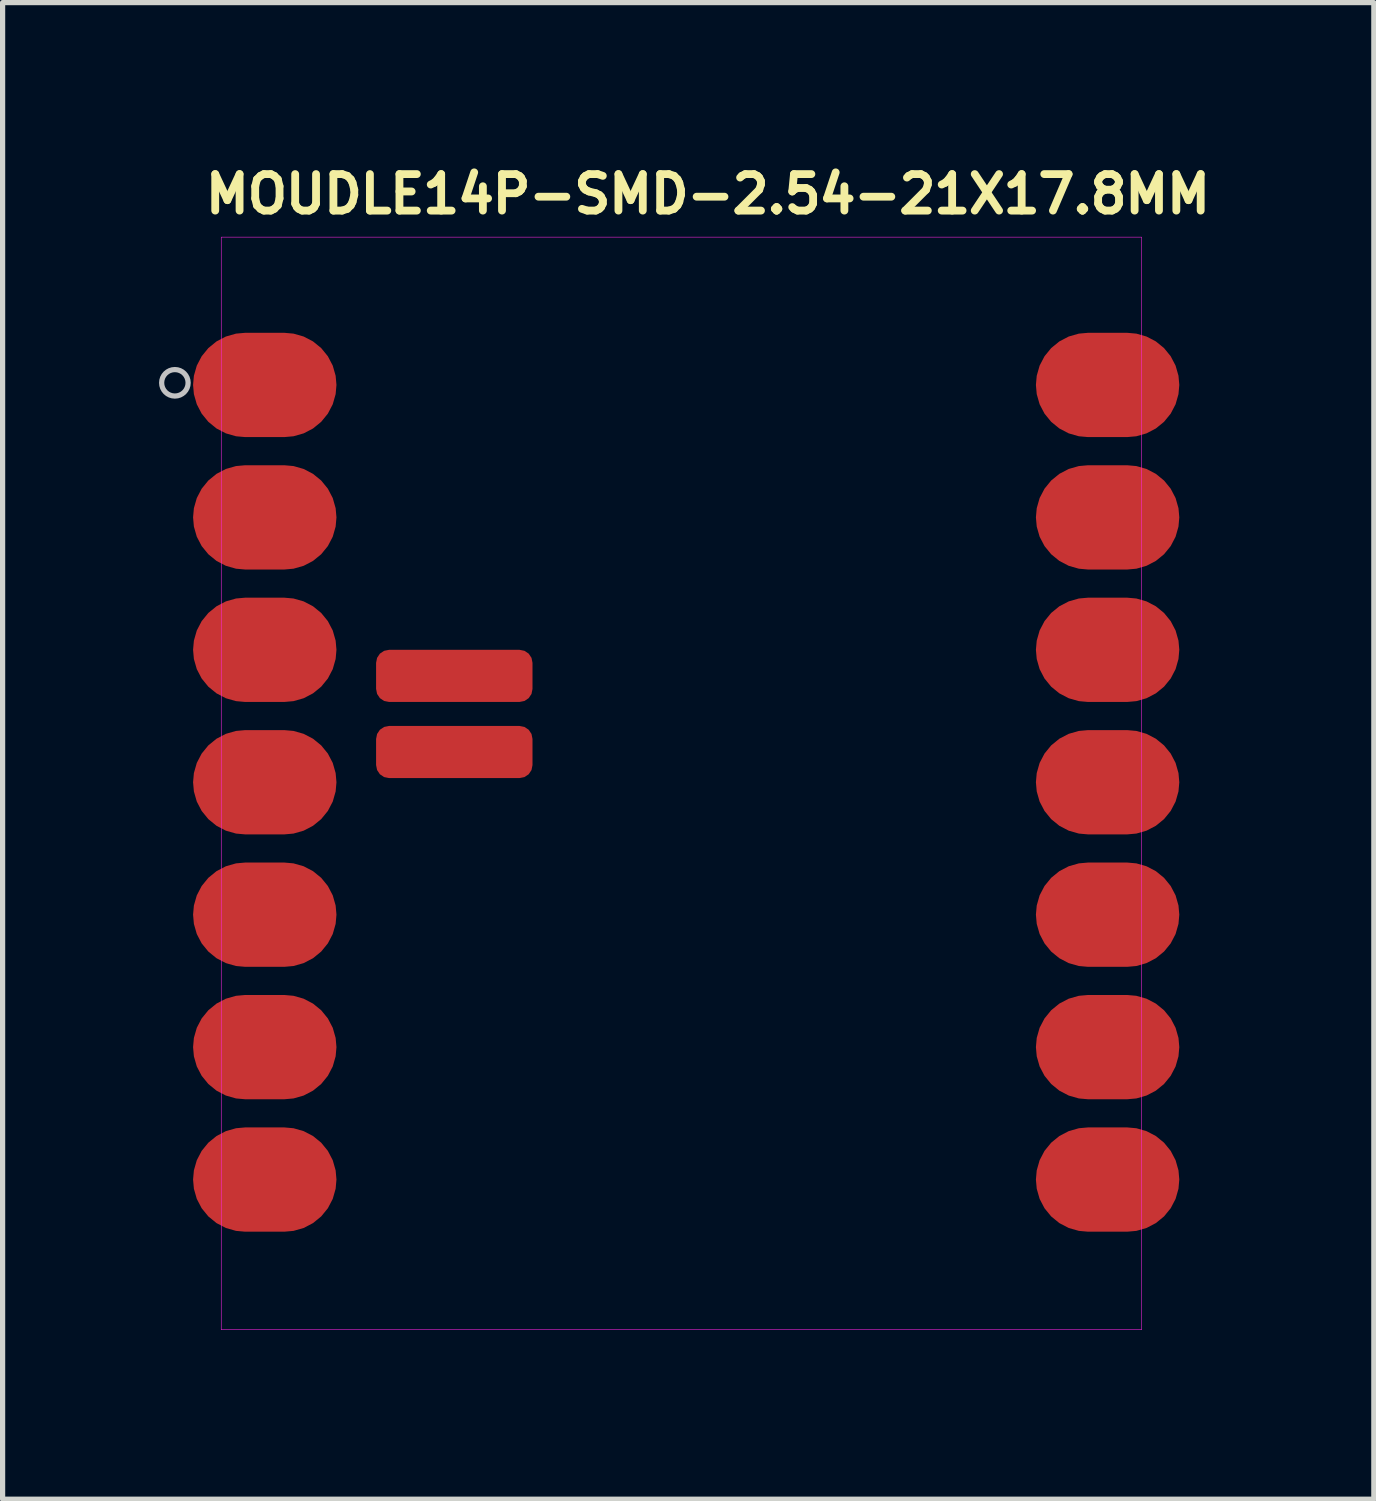
<source format=kicad_pcb>
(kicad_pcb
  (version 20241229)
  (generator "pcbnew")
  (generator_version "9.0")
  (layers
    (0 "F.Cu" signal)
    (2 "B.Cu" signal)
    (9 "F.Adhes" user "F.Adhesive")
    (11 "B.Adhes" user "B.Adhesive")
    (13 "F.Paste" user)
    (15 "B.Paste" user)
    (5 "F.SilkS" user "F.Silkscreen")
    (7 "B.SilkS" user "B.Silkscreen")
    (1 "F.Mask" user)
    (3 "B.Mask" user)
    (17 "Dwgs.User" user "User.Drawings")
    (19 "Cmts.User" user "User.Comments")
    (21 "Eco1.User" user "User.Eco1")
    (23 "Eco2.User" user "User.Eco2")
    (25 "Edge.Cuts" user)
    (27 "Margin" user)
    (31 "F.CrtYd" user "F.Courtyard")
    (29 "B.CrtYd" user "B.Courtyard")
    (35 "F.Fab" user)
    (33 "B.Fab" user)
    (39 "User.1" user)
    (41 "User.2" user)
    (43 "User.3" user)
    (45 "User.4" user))
  (footprint "MOUDLE14P-SMD-2.54-21X17.8MM"
    (layer "F.Cu")
    (at 1.193 22.453)
    (property "Reference" "MOUDLE14P-SMD-2.54-21X17.8MM" (at 9.335 -21.78 0) (layer "F.SilkS") (effects (font (size 0.7 0.7) (thickness 0.15))))
    (attr through_hole)
    (fp_circle (center -0.889 -18.161) (end -0.635 -18.161) (stroke (width 0.1) (type solid)) (fill no) (layer "Dwgs.User"))
    (fp_poly (pts (xy 0 -20.955) (xy 17.653 -20.955) (xy 17.653 0) (xy 0 0)) (stroke (width 0.01) (type solid)) (fill no) (layer "F.CrtYd"))
    (pad "1" smd roundrect (at 0.835 -18.12) (size 2.75 2) (layers "F.Cu" "F.Mask" "F.Paste") (roundrect_rratio 0.5))
    (pad "2" smd roundrect (at 0.835 -15.58) (size 2.75 2) (layers "F.Cu" "F.Mask" "F.Paste") (roundrect_rratio 0.5))
    (pad "3" smd roundrect (at 0.835 -13.04) (size 2.75 2) (layers "F.Cu" "F.Mask" "F.Paste") (roundrect_rratio 0.5))
    (pad "4" smd roundrect (at 0.835 -10.5) (size 2.75 2) (layers "F.Cu" "F.Mask" "F.Paste") (roundrect_rratio 0.5))
    (pad "5" smd roundrect (at 0.835 -7.96) (size 2.75 2) (layers "F.Cu" "F.Mask" "F.Paste") (roundrect_rratio 0.5))
    (pad "6" smd roundrect (at 0.835 -5.42) (size 2.75 2) (layers "F.Cu" "F.Mask" "F.Paste") (roundrect_rratio 0.5))
    (pad "7" smd roundrect (at 0.835 -2.88) (size 2.75 2) (layers "F.Cu" "F.Mask" "F.Paste") (roundrect_rratio 0.5))
    (pad "8" smd roundrect (at 17 -2.88) (size 2.75 2) (layers "F.Cu" "F.Mask" "F.Paste") (roundrect_rratio 0.5))
    (pad "9" smd roundrect (at 17 -5.42) (size 2.75 2) (layers "F.Cu" "F.Mask" "F.Paste") (roundrect_rratio 0.5))
    (pad "10" smd roundrect (at 17 -7.96) (size 2.75 2) (layers "F.Cu" "F.Mask" "F.Paste") (roundrect_rratio 0.5))
    (pad "11" smd roundrect (at 17 -10.5) (size 2.75 2) (layers "F.Cu" "F.Mask" "F.Paste") (roundrect_rratio 0.5))
    (pad "12" smd roundrect (at 17 -13.04) (size 2.75 2) (layers "F.Cu" "F.Mask" "F.Paste") (roundrect_rratio 0.5))
    (pad "13" smd roundrect (at 17 -15.58) (size 2.75 2) (layers "F.Cu" "F.Mask" "F.Paste") (roundrect_rratio 0.5))
    (pad "14" smd roundrect (at 17 -18.12) (size 2.75 2) (layers "F.Cu" "F.Mask" "F.Paste") (roundrect_rratio 0.5))
    (pad "15" smd roundrect (at 4.47 -12.54) (size 3 1) (layers "F.Cu" "F.Mask" "F.Paste") (roundrect_rratio 0.25))
    (pad "16" smd roundrect (at 4.47 -11.08) (size 3 1) (layers "F.Cu" "F.Mask" "F.Paste") (roundrect_rratio 0.25))
    (zone (net_name "") (layer "F.Cu") (hatch full 0.508) (connect_pads) (min_thickness 0.01) (filled_areas_thickness no) (keepout (tracks not_allowed) (vias not_allowed) (pads not_allowed) (copperpour not_allowed) (footprints allowed)) (placement (enabled no)) (fill) (polygon (pts (xy 4.876 1.371) (xy 6.654 1.371) (xy 6.654 4.038) (xy 4.876 4.038))))
    (zone (net_name "") (layer "F.Cu") (hatch full 0.508) (connect_pads) (min_thickness 0.01) (filled_areas_thickness no) (keepout (tracks not_allowed) (vias not_allowed) (pads not_allowed) (copperpour not_allowed) (footprints allowed)) (placement (enabled no)) (fill) (polygon (pts (xy 4.876 5.435) (xy 6.654 5.435) (xy 6.654 8.102) (xy 4.876 8.102))))
    (zone (net_name "") (layer "F.Cu") (hatch full 0.508) (connect_pads) (min_thickness 0.01) (filled_areas_thickness no) (keepout (tracks not_allowed) (vias not_allowed) (pads not_allowed) (copperpour not_allowed) (footprints allowed)) (placement (enabled no)) (fill) (polygon (pts (xy 7.543 2.133) (xy 12.75 2.133) (xy 12.75 9.118) (xy 7.543 9.118))))
    (zone (net_name "") (layer "F.Cu") (hatch full 0.508) (connect_pads) (min_thickness 0.01) (filled_areas_thickness no) (keepout (tracks not_allowed) (vias not_allowed) (pads not_allowed) (copperpour not_allowed) (footprints allowed)) (placement (enabled no)) (fill) (polygon (pts (xy 7.543 19.278) (xy 13.258 19.278) (xy 13.258 21.818) (xy 7.543 21.818))))
    (zone (net_name "") (layer "F.Cu") (hatch full 0.508) (connect_pads) (min_thickness 0.01) (filled_areas_thickness no) (keepout (tracks not_allowed) (vias not_allowed) (pads not_allowed) (copperpour not_allowed) (footprints allowed)) (placement (enabled no)) (fill) (polygon (pts (xy 10.972 11.15) (xy 14.02 11.15) (xy 14.02 14.198) (xy 10.972 14.198))))
    (zone (net_name "") (layer "F.Cu") (hatch full 0.508) (connect_pads) (min_thickness 0.01) (filled_areas_thickness no) (keepout (tracks not_allowed) (vias not_allowed) (pads not_allowed) (copperpour not_allowed) (footprints allowed)) (placement (enabled no)) (fill) (polygon (pts (xy 13.512 1.371) (xy 15.29 1.371) (xy 15.29 4.038) (xy 13.512 4.038))))
    (zone (net_name "") (layer "F.Cu") (hatch full 0.508) (connect_pads) (min_thickness 0.01) (filled_areas_thickness no) (keepout (tracks not_allowed) (vias not_allowed) (pads not_allowed) (copperpour not_allowed) (footprints allowed)) (placement (enabled no)) (fill) (polygon (pts (xy 13.512 5.435) (xy 15.29 5.435) (xy 15.29 8.102) (xy 13.512 8.102)))))
  (gr_rect
    (start -3 -3)
    (end 23.299 25.703)
    (stroke (width 0.1) (type default))
    (fill no)
    (layer "Edge.Cuts")))
</source>
